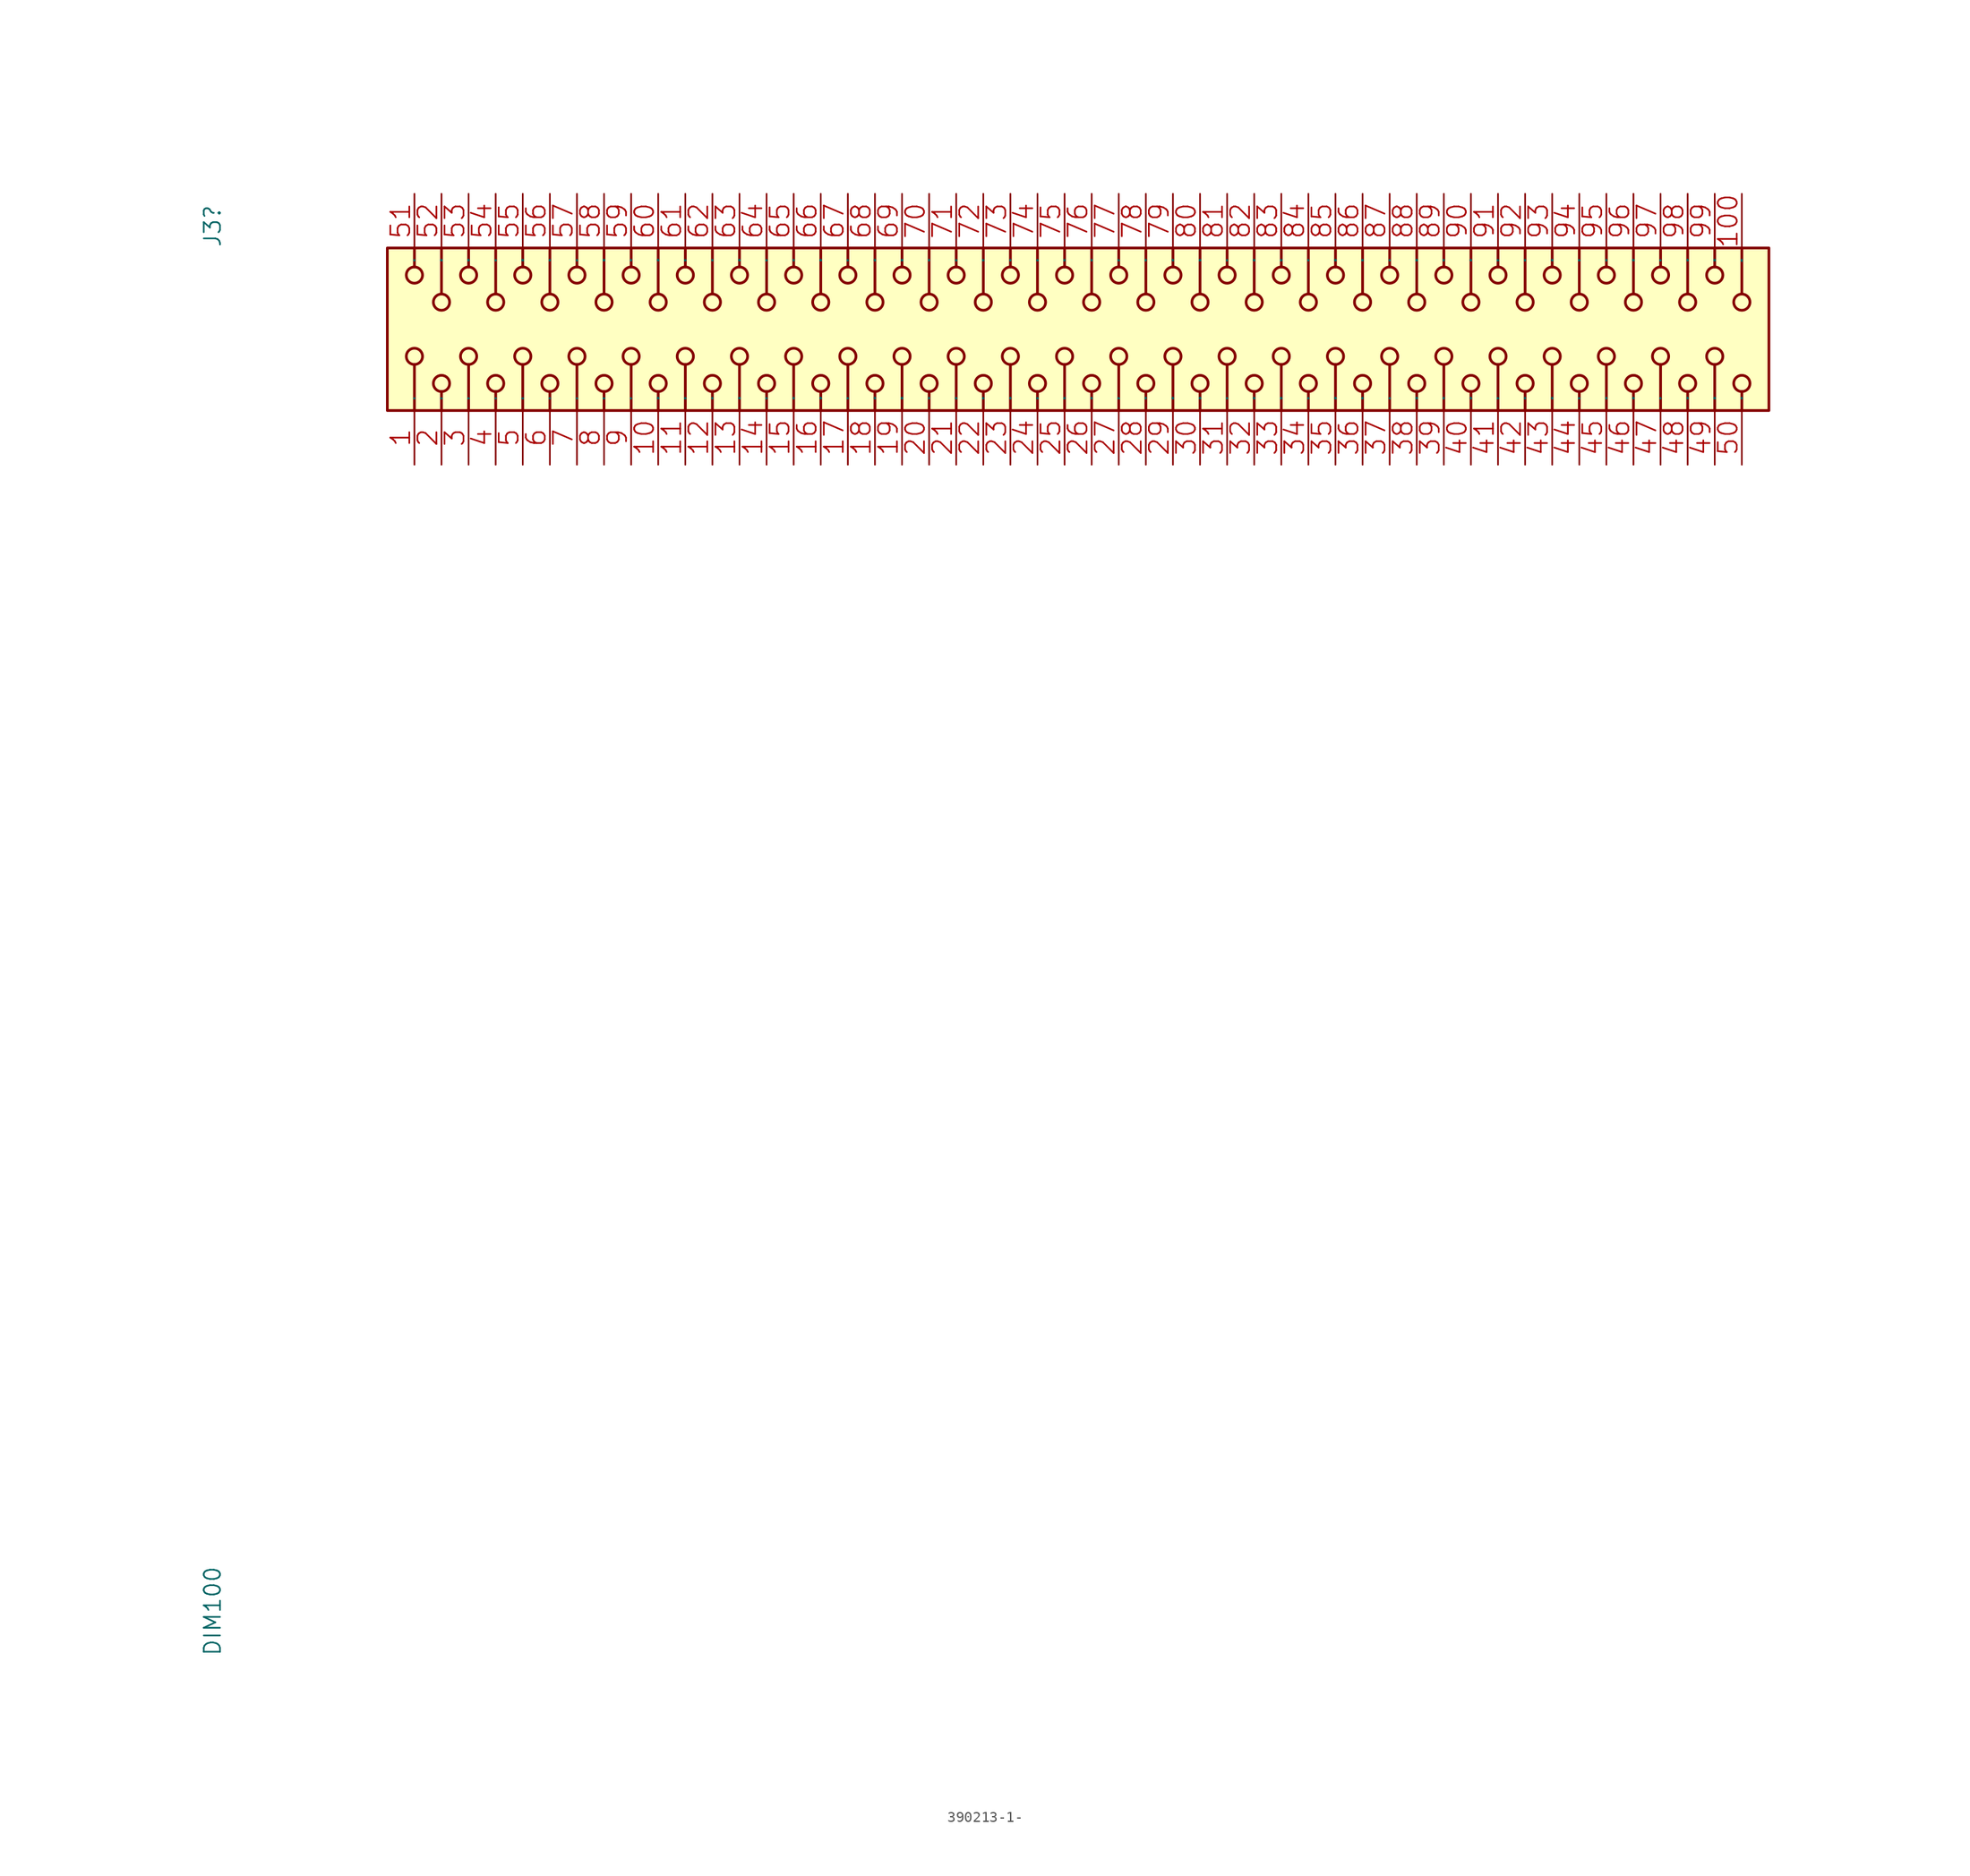
<source format=kicad_sym>
(kicad_symbol_lib
  (version 20211014)
  (generator kicad_symbol_editor)
  (symbol "390213-1-"
    (pin_names
      (offset 1.016))
    (property "Reference" "J3"
      (at -15.494 0 90)
      (effects (font (size 1.524 1.524)) (justify left bottom)))
    (property "Value" "DIM100"
      (at -15.494 -132.08 90)
      (effects (font (size 1.524 1.524)) (justify left bottom)))
    (property "Footprint" ""
      (at -15.494 -132.08 0)
      (effects (font (size 1.524 1.524))))
    (property "Datasheet" ""
      (at -15.494 -132.08 0)
      (effects (font (size 1.524 1.524))))
    (symbol "390213-1-_0_1"
      (polyline (pts (xy 2.54 -15.24) (xy 2.54 -10.922)) (stroke (width 0.254) (type default) (color 0 0 0 0)) (fill (type none)))
      (polyline (pts (xy 2.54 0) (xy 2.54 -1.778)) (stroke (width 0.254) (type default) (color 0 0 0 0)) (fill (type none)))
      (polyline (pts (xy 5.08 -15.24) (xy 5.08 -13.462)) (stroke (width 0.254) (type default) (color 0 0 0 0)) (fill (type none)))
      (polyline (pts (xy 5.08 0) (xy 5.08 -4.318)) (stroke (width 0.254) (type default) (color 0 0 0 0)) (fill (type none)))
      (polyline (pts (xy 7.62 -15.24) (xy 7.62 -10.922)) (stroke (width 0.254) (type default) (color 0 0 0 0)) (fill (type none)))
      (polyline (pts (xy 7.62 0) (xy 7.62 -1.778)) (stroke (width 0.254) (type default) (color 0 0 0 0)) (fill (type none)))
      (polyline (pts (xy 10.16 -15.24) (xy 10.16 -13.462)) (stroke (width 0.254) (type default) (color 0 0 0 0)) (fill (type none)))
      (polyline (pts (xy 10.16 0) (xy 10.16 -4.318)) (stroke (width 0.254) (type default) (color 0 0 0 0)) (fill (type none)))
      (polyline (pts (xy 12.7 -15.24) (xy 12.7 -10.922)) (stroke (width 0.254) (type default) (color 0 0 0 0)) (fill (type none)))
      (polyline (pts (xy 12.7 0) (xy 12.7 -1.778)) (stroke (width 0.254) (type default) (color 0 0 0 0)) (fill (type none)))
      (polyline (pts (xy 15.24 -15.24) (xy 15.24 -13.462)) (stroke (width 0.254) (type default) (color 0 0 0 0)) (fill (type none)))
      (polyline (pts (xy 15.24 0) (xy 15.24 -4.318)) (stroke (width 0.254) (type default) (color 0 0 0 0)) (fill (type none)))
      (polyline (pts (xy 17.78 -15.24) (xy 17.78 -10.922)) (stroke (width 0.254) (type default) (color 0 0 0 0)) (fill (type none)))
      (polyline (pts (xy 17.78 0) (xy 17.78 -1.778)) (stroke (width 0.254) (type default) (color 0 0 0 0)) (fill (type none)))
      (polyline (pts (xy 20.32 -15.24) (xy 20.32 -13.462)) (stroke (width 0.254) (type default) (color 0 0 0 0)) (fill (type none)))
      (polyline (pts (xy 20.32 0) (xy 20.32 -4.318)) (stroke (width 0.254) (type default) (color 0 0 0 0)) (fill (type none)))
      (polyline (pts (xy 22.86 -15.24) (xy 22.86 -10.922)) (stroke (width 0.254) (type default) (color 0 0 0 0)) (fill (type none)))
      (polyline (pts (xy 22.86 0) (xy 22.86 -1.778)) (stroke (width 0.254) (type default) (color 0 0 0 0)) (fill (type none)))
      (polyline (pts (xy 25.4 -15.24) (xy 25.4 -13.462)) (stroke (width 0.254) (type default) (color 0 0 0 0)) (fill (type none)))
      (polyline (pts (xy 25.4 0) (xy 25.4 -4.318)) (stroke (width 0.254) (type default) (color 0 0 0 0)) (fill (type none)))
      (polyline (pts (xy 27.94 -15.24) (xy 27.94 -10.922)) (stroke (width 0.254) (type default) (color 0 0 0 0)) (fill (type none)))
      (polyline (pts (xy 27.94 0) (xy 27.94 -1.778)) (stroke (width 0.254) (type default) (color 0 0 0 0)) (fill (type none)))
      (polyline (pts (xy 30.48 -15.24) (xy 30.48 -13.462)) (stroke (width 0.254) (type default) (color 0 0 0 0)) (fill (type none)))
      (polyline (pts (xy 30.48 0) (xy 30.48 -4.318)) (stroke (width 0.254) (type default) (color 0 0 0 0)) (fill (type none)))
      (polyline (pts (xy 33.02 -15.24) (xy 33.02 -10.922)) (stroke (width 0.254) (type default) (color 0 0 0 0)) (fill (type none)))
      (polyline (pts (xy 33.02 0) (xy 33.02 -1.778)) (stroke (width 0.254) (type default) (color 0 0 0 0)) (fill (type none)))
      (polyline (pts (xy 35.56 -15.24) (xy 35.56 -13.462)) (stroke (width 0.254) (type default) (color 0 0 0 0)) (fill (type none)))
      (polyline (pts (xy 35.56 0) (xy 35.56 -4.318)) (stroke (width 0.254) (type default) (color 0 0 0 0)) (fill (type none)))
      (polyline (pts (xy 38.1 -15.24) (xy 38.1 -10.922)) (stroke (width 0.254) (type default) (color 0 0 0 0)) (fill (type none)))
      (polyline (pts (xy 38.1 0) (xy 38.1 -1.778)) (stroke (width 0.254) (type default) (color 0 0 0 0)) (fill (type none)))
      (polyline (pts (xy 40.64 -15.24) (xy 40.64 -13.462)) (stroke (width 0.254) (type default) (color 0 0 0 0)) (fill (type none)))
      (polyline (pts (xy 40.64 0) (xy 40.64 -4.318)) (stroke (width 0.254) (type default) (color 0 0 0 0)) (fill (type none)))
      (polyline (pts (xy 43.18 -15.24) (xy 43.18 -10.922)) (stroke (width 0.254) (type default) (color 0 0 0 0)) (fill (type none)))
      (polyline (pts (xy 43.18 0) (xy 43.18 -1.778)) (stroke (width 0.254) (type default) (color 0 0 0 0)) (fill (type none)))
      (polyline (pts (xy 45.72 -15.24) (xy 45.72 -13.462)) (stroke (width 0.254) (type default) (color 0 0 0 0)) (fill (type none)))
      (polyline (pts (xy 45.72 0) (xy 45.72 -4.318)) (stroke (width 0.254) (type default) (color 0 0 0 0)) (fill (type none)))
      (polyline (pts (xy 48.26 -15.24) (xy 48.26 -10.922)) (stroke (width 0.254) (type default) (color 0 0 0 0)) (fill (type none)))
      (polyline (pts (xy 48.26 0) (xy 48.26 -1.778)) (stroke (width 0.254) (type default) (color 0 0 0 0)) (fill (type none)))
      (polyline (pts (xy 50.8 -15.24) (xy 50.8 -13.462)) (stroke (width 0.254) (type default) (color 0 0 0 0)) (fill (type none)))
      (polyline (pts (xy 50.8 0) (xy 50.8 -4.318)) (stroke (width 0.254) (type default) (color 0 0 0 0)) (fill (type none)))
      (polyline (pts (xy 53.34 -15.24) (xy 53.34 -10.922)) (stroke (width 0.254) (type default) (color 0 0 0 0)) (fill (type none)))
      (polyline (pts (xy 53.34 0) (xy 53.34 -1.778)) (stroke (width 0.254) (type default) (color 0 0 0 0)) (fill (type none)))
      (polyline (pts (xy 55.88 -15.24) (xy 55.88 -13.462)) (stroke (width 0.254) (type default) (color 0 0 0 0)) (fill (type none)))
      (polyline (pts (xy 55.88 0) (xy 55.88 -4.318)) (stroke (width 0.254) (type default) (color 0 0 0 0)) (fill (type none)))
      (polyline (pts (xy 58.42 -15.24) (xy 58.42 -10.922)) (stroke (width 0.254) (type default) (color 0 0 0 0)) (fill (type none)))
      (polyline (pts (xy 58.42 0) (xy 58.42 -1.778)) (stroke (width 0.254) (type default) (color 0 0 0 0)) (fill (type none)))
      (polyline (pts (xy 60.96 -15.24) (xy 60.96 -13.462)) (stroke (width 0.254) (type default) (color 0 0 0 0)) (fill (type none)))
      (polyline (pts (xy 60.96 0) (xy 60.96 -4.318)) (stroke (width 0.254) (type default) (color 0 0 0 0)) (fill (type none)))
      (polyline (pts (xy 63.5 -15.24) (xy 63.5 -10.922)) (stroke (width 0.254) (type default) (color 0 0 0 0)) (fill (type none)))
      (polyline (pts (xy 63.5 0) (xy 63.5 -1.778)) (stroke (width 0.254) (type default) (color 0 0 0 0)) (fill (type none)))
      (polyline (pts (xy 66.04 -15.24) (xy 66.04 -13.462)) (stroke (width 0.254) (type default) (color 0 0 0 0)) (fill (type none)))
      (polyline (pts (xy 66.04 0) (xy 66.04 -4.318)) (stroke (width 0.254) (type default) (color 0 0 0 0)) (fill (type none)))
      (polyline (pts (xy 68.58 -15.24) (xy 68.58 -10.922)) (stroke (width 0.254) (type default) (color 0 0 0 0)) (fill (type none)))
      (polyline (pts (xy 68.58 0) (xy 68.58 -1.778)) (stroke (width 0.254) (type default) (color 0 0 0 0)) (fill (type none)))
      (polyline (pts (xy 71.12 -15.24) (xy 71.12 -13.462)) (stroke (width 0.254) (type default) (color 0 0 0 0)) (fill (type none)))
      (polyline (pts (xy 71.12 0) (xy 71.12 -4.318)) (stroke (width 0.254) (type default) (color 0 0 0 0)) (fill (type none)))
      (polyline (pts (xy 73.66 -15.24) (xy 73.66 -10.922)) (stroke (width 0.254) (type default) (color 0 0 0 0)) (fill (type none)))
      (polyline (pts (xy 73.66 0) (xy 73.66 -1.778)) (stroke (width 0.254) (type default) (color 0 0 0 0)) (fill (type none)))
      (polyline (pts (xy 76.2 -15.24) (xy 76.2 -13.462)) (stroke (width 0.254) (type default) (color 0 0 0 0)) (fill (type none)))
      (polyline (pts (xy 76.2 0) (xy 76.2 -4.318)) (stroke (width 0.254) (type default) (color 0 0 0 0)) (fill (type none)))
      (polyline (pts (xy 78.74 -15.24) (xy 78.74 -10.922)) (stroke (width 0.254) (type default) (color 0 0 0 0)) (fill (type none)))
      (polyline (pts (xy 78.74 0) (xy 78.74 -1.778)) (stroke (width 0.254) (type default) (color 0 0 0 0)) (fill (type none)))
      (polyline (pts (xy 81.28 -15.24) (xy 81.28 -13.462)) (stroke (width 0.254) (type default) (color 0 0 0 0)) (fill (type none)))
      (polyline (pts (xy 81.28 0) (xy 81.28 -4.318)) (stroke (width 0.254) (type default) (color 0 0 0 0)) (fill (type none)))
      (polyline (pts (xy 83.82 -15.24) (xy 83.82 -10.922)) (stroke (width 0.254) (type default) (color 0 0 0 0)) (fill (type none)))
      (polyline (pts (xy 83.82 0) (xy 83.82 -1.778)) (stroke (width 0.254) (type default) (color 0 0 0 0)) (fill (type none)))
      (polyline (pts (xy 86.36 -15.24) (xy 86.36 -13.462)) (stroke (width 0.254) (type default) (color 0 0 0 0)) (fill (type none)))
      (polyline (pts (xy 86.36 0) (xy 86.36 -4.318)) (stroke (width 0.254) (type default) (color 0 0 0 0)) (fill (type none)))
      (polyline (pts (xy 88.9 -15.24) (xy 88.9 -10.922)) (stroke (width 0.254) (type default) (color 0 0 0 0)) (fill (type none)))
      (polyline (pts (xy 88.9 0) (xy 88.9 -1.778)) (stroke (width 0.254) (type default) (color 0 0 0 0)) (fill (type none)))
      (polyline (pts (xy 91.44 -15.24) (xy 91.44 -13.462)) (stroke (width 0.254) (type default) (color 0 0 0 0)) (fill (type none)))
      (polyline (pts (xy 91.44 0) (xy 91.44 -4.318)) (stroke (width 0.254) (type default) (color 0 0 0 0)) (fill (type none)))
      (polyline (pts (xy 93.98 -15.24) (xy 93.98 -10.922)) (stroke (width 0.254) (type default) (color 0 0 0 0)) (fill (type none)))
      (polyline (pts (xy 93.98 0) (xy 93.98 -1.778)) (stroke (width 0.254) (type default) (color 0 0 0 0)) (fill (type none)))
      (polyline (pts (xy 96.52 -15.24) (xy 96.52 -13.462)) (stroke (width 0.254) (type default) (color 0 0 0 0)) (fill (type none)))
      (polyline (pts (xy 96.52 0) (xy 96.52 -4.318)) (stroke (width 0.254) (type default) (color 0 0 0 0)) (fill (type none)))
      (polyline (pts (xy 99.06 -15.24) (xy 99.06 -10.922)) (stroke (width 0.254) (type default) (color 0 0 0 0)) (fill (type none)))
      (polyline (pts (xy 99.06 0) (xy 99.06 -1.778)) (stroke (width 0.254) (type default) (color 0 0 0 0)) (fill (type none)))
      (polyline (pts (xy 101.6 -15.24) (xy 101.6 -13.462)) (stroke (width 0.254) (type default) (color 0 0 0 0)) (fill (type none)))
      (polyline (pts (xy 101.6 0) (xy 101.6 -4.318)) (stroke (width 0.254) (type default) (color 0 0 0 0)) (fill (type none)))
      (polyline (pts (xy 104.14 -15.24) (xy 104.14 -10.922)) (stroke (width 0.254) (type default) (color 0 0 0 0)) (fill (type none)))
      (polyline (pts (xy 104.14 0) (xy 104.14 -1.778)) (stroke (width 0.254) (type default) (color 0 0 0 0)) (fill (type none)))
      (polyline (pts (xy 106.68 -15.24) (xy 106.68 -13.462)) (stroke (width 0.254) (type default) (color 0 0 0 0)) (fill (type none)))
      (polyline (pts (xy 106.68 0) (xy 106.68 -4.318)) (stroke (width 0.254) (type default) (color 0 0 0 0)) (fill (type none)))
      (polyline (pts (xy 109.22 -15.24) (xy 109.22 -10.922)) (stroke (width 0.254) (type default) (color 0 0 0 0)) (fill (type none)))
      (polyline (pts (xy 109.22 0) (xy 109.22 -1.778)) (stroke (width 0.254) (type default) (color 0 0 0 0)) (fill (type none)))
      (polyline (pts (xy 111.76 -15.24) (xy 111.76 -13.462)) (stroke (width 0.254) (type default) (color 0 0 0 0)) (fill (type none)))
      (polyline (pts (xy 111.76 0) (xy 111.76 -4.318)) (stroke (width 0.254) (type default) (color 0 0 0 0)) (fill (type none)))
      (polyline (pts (xy 114.3 -15.24) (xy 114.3 -10.922)) (stroke (width 0.254) (type default) (color 0 0 0 0)) (fill (type none)))
      (polyline (pts (xy 114.3 0) (xy 114.3 -1.778)) (stroke (width 0.254) (type default) (color 0 0 0 0)) (fill (type none)))
      (polyline (pts (xy 116.84 -15.24) (xy 116.84 -13.462)) (stroke (width 0.254) (type default) (color 0 0 0 0)) (fill (type none)))
      (polyline (pts (xy 116.84 0) (xy 116.84 -4.318)) (stroke (width 0.254) (type default) (color 0 0 0 0)) (fill (type none)))
      (polyline (pts (xy 119.38 -15.24) (xy 119.38 -10.922)) (stroke (width 0.254) (type default) (color 0 0 0 0)) (fill (type none)))
      (polyline (pts (xy 119.38 0) (xy 119.38 -1.778)) (stroke (width 0.254) (type default) (color 0 0 0 0)) (fill (type none)))
      (polyline (pts (xy 121.92 -15.24) (xy 121.92 -13.462)) (stroke (width 0.254) (type default) (color 0 0 0 0)) (fill (type none)))
      (polyline (pts (xy 121.92 0) (xy 121.92 -4.318)) (stroke (width 0.254) (type default) (color 0 0 0 0)) (fill (type none)))
      (polyline (pts (xy 124.46 -15.24) (xy 124.46 -10.922)) (stroke (width 0.254) (type default) (color 0 0 0 0)) (fill (type none)))
      (polyline (pts (xy 124.46 0) (xy 124.46 -1.778)) (stroke (width 0.254) (type default) (color 0 0 0 0)) (fill (type none)))
      (polyline (pts (xy 127 -15.24) (xy 127 -13.462)) (stroke (width 0.254) (type default) (color 0 0 0 0)) (fill (type none)))
      (polyline (pts (xy 127 0) (xy 127 -4.318)) (stroke (width 0.254) (type default) (color 0 0 0 0)) (fill (type none)))
      (circle (center 2.54 -10.16) (radius 0.762) (stroke (width 0.254) (type default) (color 0 0 0 0)) (fill (type none)))
      (circle (center 2.54 -2.54) (radius 0.762) (stroke (width 0.254) (type default) (color 0 0 0 0)) (fill (type none)))
      (circle (center 5.08 -12.7) (radius 0.762) (stroke (width 0.254) (type default) (color 0 0 0 0)) (fill (type none)))
      (circle (center 5.08 -5.08) (radius 0.762) (stroke (width 0.254) (type default) (color 0 0 0 0)) (fill (type none)))
      (circle (center 7.62 -10.16) (radius 0.762) (stroke (width 0.254) (type default) (color 0 0 0 0)) (fill (type none)))
      (circle (center 7.62 -2.54) (radius 0.762) (stroke (width 0.254) (type default) (color 0 0 0 0)) (fill (type none)))
      (circle (center 10.16 -12.7) (radius 0.762) (stroke (width 0.254) (type default) (color 0 0 0 0)) (fill (type none)))
      (circle (center 10.16 -5.08) (radius 0.762) (stroke (width 0.254) (type default) (color 0 0 0 0)) (fill (type none)))
      (circle (center 12.7 -10.16) (radius 0.762) (stroke (width 0.254) (type default) (color 0 0 0 0)) (fill (type none)))
      (circle (center 12.7 -2.54) (radius 0.762) (stroke (width 0.254) (type default) (color 0 0 0 0)) (fill (type none)))
      (circle (center 15.24 -12.7) (radius 0.762) (stroke (width 0.254) (type default) (color 0 0 0 0)) (fill (type none)))
      (circle (center 15.24 -5.08) (radius 0.762) (stroke (width 0.254) (type default) (color 0 0 0 0)) (fill (type none)))
      (circle (center 17.78 -10.16) (radius 0.762) (stroke (width 0.254) (type default) (color 0 0 0 0)) (fill (type none)))
      (circle (center 17.78 -2.54) (radius 0.762) (stroke (width 0.254) (type default) (color 0 0 0 0)) (fill (type none)))
      (circle (center 20.32 -12.7) (radius 0.762) (stroke (width 0.254) (type default) (color 0 0 0 0)) (fill (type none)))
      (circle (center 20.32 -5.08) (radius 0.762) (stroke (width 0.254) (type default) (color 0 0 0 0)) (fill (type none)))
      (circle (center 22.86 -10.16) (radius 0.762) (stroke (width 0.254) (type default) (color 0 0 0 0)) (fill (type none)))
      (circle (center 22.86 -2.54) (radius 0.762) (stroke (width 0.254) (type default) (color 0 0 0 0)) (fill (type none)))
      (circle (center 25.4 -12.7) (radius 0.762) (stroke (width 0.254) (type default) (color 0 0 0 0)) (fill (type none)))
      (circle (center 25.4 -5.08) (radius 0.762) (stroke (width 0.254) (type default) (color 0 0 0 0)) (fill (type none)))
      (circle (center 27.94 -10.16) (radius 0.762) (stroke (width 0.254) (type default) (color 0 0 0 0)) (fill (type none)))
      (circle (center 27.94 -2.54) (radius 0.762) (stroke (width 0.254) (type default) (color 0 0 0 0)) (fill (type none)))
      (circle (center 30.48 -12.7) (radius 0.762) (stroke (width 0.254) (type default) (color 0 0 0 0)) (fill (type none)))
      (circle (center 30.48 -5.08) (radius 0.762) (stroke (width 0.254) (type default) (color 0 0 0 0)) (fill (type none)))
      (circle (center 33.02 -10.16) (radius 0.762) (stroke (width 0.254) (type default) (color 0 0 0 0)) (fill (type none)))
      (circle (center 33.02 -2.54) (radius 0.762) (stroke (width 0.254) (type default) (color 0 0 0 0)) (fill (type none)))
      (circle (center 35.56 -12.7) (radius 0.762) (stroke (width 0.254) (type default) (color 0 0 0 0)) (fill (type none)))
      (circle (center 35.56 -5.08) (radius 0.762) (stroke (width 0.254) (type default) (color 0 0 0 0)) (fill (type none)))
      (circle (center 38.1 -10.16) (radius 0.762) (stroke (width 0.254) (type default) (color 0 0 0 0)) (fill (type none)))
      (circle (center 38.1 -2.54) (radius 0.762) (stroke (width 0.254) (type default) (color 0 0 0 0)) (fill (type none)))
      (circle (center 40.64 -12.7) (radius 0.762) (stroke (width 0.254) (type default) (color 0 0 0 0)) (fill (type none)))
      (circle (center 40.64 -5.08) (radius 0.762) (stroke (width 0.254) (type default) (color 0 0 0 0)) (fill (type none)))
      (circle (center 43.18 -10.16) (radius 0.762) (stroke (width 0.254) (type default) (color 0 0 0 0)) (fill (type none)))
      (circle (center 43.18 -2.54) (radius 0.762) (stroke (width 0.254) (type default) (color 0 0 0 0)) (fill (type none)))
      (circle (center 45.72 -12.7) (radius 0.762) (stroke (width 0.254) (type default) (color 0 0 0 0)) (fill (type none)))
      (circle (center 45.72 -5.08) (radius 0.762) (stroke (width 0.254) (type default) (color 0 0 0 0)) (fill (type none)))
      (circle (center 48.26 -10.16) (radius 0.762) (stroke (width 0.254) (type default) (color 0 0 0 0)) (fill (type none)))
      (circle (center 48.26 -2.54) (radius 0.762) (stroke (width 0.254) (type default) (color 0 0 0 0)) (fill (type none)))
      (circle (center 50.8 -12.7) (radius 0.762) (stroke (width 0.254) (type default) (color 0 0 0 0)) (fill (type none)))
      (circle (center 50.8 -5.08) (radius 0.762) (stroke (width 0.254) (type default) (color 0 0 0 0)) (fill (type none)))
      (circle (center 53.34 -10.16) (radius 0.762) (stroke (width 0.254) (type default) (color 0 0 0 0)) (fill (type none)))
      (circle (center 53.34 -2.54) (radius 0.762) (stroke (width 0.254) (type default) (color 0 0 0 0)) (fill (type none)))
      (circle (center 55.88 -12.7) (radius 0.762) (stroke (width 0.254) (type default) (color 0 0 0 0)) (fill (type none)))
      (circle (center 55.88 -5.08) (radius 0.762) (stroke (width 0.254) (type default) (color 0 0 0 0)) (fill (type none)))
      (circle (center 58.42 -10.16) (radius 0.762) (stroke (width 0.254) (type default) (color 0 0 0 0)) (fill (type none)))
      (circle (center 58.42 -2.54) (radius 0.762) (stroke (width 0.254) (type default) (color 0 0 0 0)) (fill (type none)))
      (circle (center 60.96 -12.7) (radius 0.762) (stroke (width 0.254) (type default) (color 0 0 0 0)) (fill (type none)))
      (circle (center 60.96 -5.08) (radius 0.762) (stroke (width 0.254) (type default) (color 0 0 0 0)) (fill (type none)))
      (circle (center 63.5 -10.16) (radius 0.762) (stroke (width 0.254) (type default) (color 0 0 0 0)) (fill (type none)))
      (circle (center 63.5 -2.54) (radius 0.762) (stroke (width 0.254) (type default) (color 0 0 0 0)) (fill (type none)))
      (circle (center 66.04 -12.7) (radius 0.762) (stroke (width 0.254) (type default) (color 0 0 0 0)) (fill (type none)))
      (circle (center 66.04 -5.08) (radius 0.762) (stroke (width 0.254) (type default) (color 0 0 0 0)) (fill (type none)))
      (circle (center 68.58 -10.16) (radius 0.762) (stroke (width 0.254) (type default) (color 0 0 0 0)) (fill (type none)))
      (circle (center 68.58 -2.54) (radius 0.762) (stroke (width 0.254) (type default) (color 0 0 0 0)) (fill (type none)))
      (circle (center 71.12 -12.7) (radius 0.762) (stroke (width 0.254) (type default) (color 0 0 0 0)) (fill (type none)))
      (circle (center 71.12 -5.08) (radius 0.762) (stroke (width 0.254) (type default) (color 0 0 0 0)) (fill (type none)))
      (circle (center 73.66 -10.16) (radius 0.762) (stroke (width 0.254) (type default) (color 0 0 0 0)) (fill (type none)))
      (circle (center 73.66 -2.54) (radius 0.762) (stroke (width 0.254) (type default) (color 0 0 0 0)) (fill (type none)))
      (circle (center 76.2 -12.7) (radius 0.762) (stroke (width 0.254) (type default) (color 0 0 0 0)) (fill (type none)))
      (circle (center 76.2 -5.08) (radius 0.762) (stroke (width 0.254) (type default) (color 0 0 0 0)) (fill (type none)))
      (circle (center 78.74 -10.16) (radius 0.762) (stroke (width 0.254) (type default) (color 0 0 0 0)) (fill (type none)))
      (circle (center 78.74 -2.54) (radius 0.762) (stroke (width 0.254) (type default) (color 0 0 0 0)) (fill (type none)))
      (circle (center 81.28 -12.7) (radius 0.762) (stroke (width 0.254) (type default) (color 0 0 0 0)) (fill (type none)))
      (circle (center 81.28 -5.08) (radius 0.762) (stroke (width 0.254) (type default) (color 0 0 0 0)) (fill (type none)))
      (circle (center 83.82 -10.16) (radius 0.762) (stroke (width 0.254) (type default) (color 0 0 0 0)) (fill (type none)))
      (circle (center 83.82 -2.54) (radius 0.762) (stroke (width 0.254) (type default) (color 0 0 0 0)) (fill (type none)))
      (circle (center 86.36 -12.7) (radius 0.762) (stroke (width 0.254) (type default) (color 0 0 0 0)) (fill (type none)))
      (circle (center 86.36 -5.08) (radius 0.762) (stroke (width 0.254) (type default) (color 0 0 0 0)) (fill (type none)))
      (circle (center 88.9 -10.16) (radius 0.762) (stroke (width 0.254) (type default) (color 0 0 0 0)) (fill (type none)))
      (circle (center 88.9 -2.54) (radius 0.762) (stroke (width 0.254) (type default) (color 0 0 0 0)) (fill (type none)))
      (circle (center 91.44 -12.7) (radius 0.762) (stroke (width 0.254) (type default) (color 0 0 0 0)) (fill (type none)))
      (circle (center 91.44 -5.08) (radius 0.762) (stroke (width 0.254) (type default) (color 0 0 0 0)) (fill (type none)))
      (circle (center 93.98 -10.16) (radius 0.762) (stroke (width 0.254) (type default) (color 0 0 0 0)) (fill (type none)))
      (circle (center 93.98 -2.54) (radius 0.762) (stroke (width 0.254) (type default) (color 0 0 0 0)) (fill (type none)))
      (circle (center 96.52 -12.7) (radius 0.762) (stroke (width 0.254) (type default) (color 0 0 0 0)) (fill (type none)))
      (circle (center 96.52 -5.08) (radius 0.762) (stroke (width 0.254) (type default) (color 0 0 0 0)) (fill (type none)))
      (circle (center 99.06 -10.16) (radius 0.762) (stroke (width 0.254) (type default) (color 0 0 0 0)) (fill (type none)))
      (circle (center 99.06 -2.54) (radius 0.762) (stroke (width 0.254) (type default) (color 0 0 0 0)) (fill (type none)))
      (circle (center 101.6 -12.7) (radius 0.762) (stroke (width 0.254) (type default) (color 0 0 0 0)) (fill (type none)))
      (circle (center 101.6 -5.08) (radius 0.762) (stroke (width 0.254) (type default) (color 0 0 0 0)) (fill (type none)))
      (circle (center 104.14 -10.16) (radius 0.762) (stroke (width 0.254) (type default) (color 0 0 0 0)) (fill (type none)))
      (circle (center 104.14 -2.54) (radius 0.762) (stroke (width 0.254) (type default) (color 0 0 0 0)) (fill (type none)))
      (circle (center 106.68 -12.7) (radius 0.762) (stroke (width 0.254) (type default) (color 0 0 0 0)) (fill (type none)))
      (circle (center 106.68 -5.08) (radius 0.762) (stroke (width 0.254) (type default) (color 0 0 0 0)) (fill (type none)))
      (circle (center 109.22 -10.16) (radius 0.762) (stroke (width 0.254) (type default) (color 0 0 0 0)) (fill (type none)))
      (circle (center 109.22 -2.54) (radius 0.762) (stroke (width 0.254) (type default) (color 0 0 0 0)) (fill (type none)))
      (circle (center 111.76 -12.7) (radius 0.762) (stroke (width 0.254) (type default) (color 0 0 0 0)) (fill (type none)))
      (circle (center 111.76 -5.08) (radius 0.762) (stroke (width 0.254) (type default) (color 0 0 0 0)) (fill (type none)))
      (circle (center 114.3 -10.16) (radius 0.762) (stroke (width 0.254) (type default) (color 0 0 0 0)) (fill (type none)))
      (circle (center 114.3 -2.54) (radius 0.762) (stroke (width 0.254) (type default) (color 0 0 0 0)) (fill (type none)))
      (circle (center 116.84 -12.7) (radius 0.762) (stroke (width 0.254) (type default) (color 0 0 0 0)) (fill (type none)))
      (circle (center 116.84 -5.08) (radius 0.762) (stroke (width 0.254) (type default) (color 0 0 0 0)) (fill (type none)))
      (circle (center 119.38 -10.16) (radius 0.762) (stroke (width 0.254) (type default) (color 0 0 0 0)) (fill (type none)))
      (circle (center 119.38 -2.54) (radius 0.762) (stroke (width 0.254) (type default) (color 0 0 0 0)) (fill (type none)))
      (circle (center 121.92 -12.7) (radius 0.762) (stroke (width 0.254) (type default) (color 0 0 0 0)) (fill (type none)))
      (circle (center 121.92 -5.08) (radius 0.762) (stroke (width 0.254) (type default) (color 0 0 0 0)) (fill (type none)))
      (circle (center 124.46 -10.16) (radius 0.762) (stroke (width 0.254) (type default) (color 0 0 0 0)) (fill (type none)))
      (circle (center 124.46 -2.54) (radius 0.762) (stroke (width 0.254) (type default) (color 0 0 0 0)) (fill (type none)))
      (circle (center 127 -12.7) (radius 0.762) (stroke (width 0.254) (type default) (color 0 0 0 0)) (fill (type none)))
      (circle (center 127 -5.08) (radius 0.762) (stroke (width 0.254) (type default) (color 0 0 0 0)) (fill (type none)))
      (rectangle (start 129.54 -15.24) (end 0 0) (stroke (width 0.254) (type default) (color 0 0 0 0)) (fill (type background)))
      (pin passive line (at 2.54 -20.32 90) (length 5.08) (name "p1" (effects (font (size 0.025 0.025)))) (number "1" (effects (font (size 1.778 1.778)))))
      (pin passive line (at 25.4 -20.32 90) (length 5.08) (name "p10" (effects (font (size 0.025 0.025)))) (number "10" (effects (font (size 1.778 1.778)))))
      (pin passive line (at 127 5.08 270) (length 5.08) (name "p100" (effects (font (size 0.025 0.025)))) (number "100" (effects (font (size 1.778 1.778)))))
      (pin passive line (at 27.94 -20.32 90) (length 5.08) (name "p11" (effects (font (size 0.025 0.025)))) (number "11" (effects (font (size 1.778 1.778)))))
      (pin passive line (at 30.48 -20.32 90) (length 5.08) (name "p12" (effects (font (size 0.025 0.025)))) (number "12" (effects (font (size 1.778 1.778)))))
      (pin passive line (at 33.02 -20.32 90) (length 5.08) (name "p13" (effects (font (size 0.025 0.025)))) (number "13" (effects (font (size 1.778 1.778)))))
      (pin passive line (at 35.56 -20.32 90) (length 5.08) (name "p14" (effects (font (size 0.025 0.025)))) (number "14" (effects (font (size 1.778 1.778)))))
      (pin passive line (at 38.1 -20.32 90) (length 5.08) (name "p15" (effects (font (size 0.025 0.025)))) (number "15" (effects (font (size 1.778 1.778)))))
      (pin passive line (at 40.64 -20.32 90) (length 5.08) (name "p16" (effects (font (size 0.025 0.025)))) (number "16" (effects (font (size 1.778 1.778)))))
      (pin passive line (at 43.18 -20.32 90) (length 5.08) (name "p17" (effects (font (size 0.025 0.025)))) (number "17" (effects (font (size 1.778 1.778)))))
      (pin passive line (at 45.72 -20.32 90) (length 5.08) (name "p18" (effects (font (size 0.025 0.025)))) (number "18" (effects (font (size 1.778 1.778)))))
      (pin passive line (at 48.26 -20.32 90) (length 5.08) (name "p19" (effects (font (size 0.025 0.025)))) (number "19" (effects (font (size 1.778 1.778)))))
      (pin passive line (at 5.08 -20.32 90) (length 5.08) (name "p2" (effects (font (size 0.025 0.025)))) (number "2" (effects (font (size 1.778 1.778)))))
      (pin passive line (at 50.8 -20.32 90) (length 5.08) (name "p20" (effects (font (size 0.025 0.025)))) (number "20" (effects (font (size 1.778 1.778)))))
      (pin passive line (at 53.34 -20.32 90) (length 5.08) (name "p21" (effects (font (size 0.025 0.025)))) (number "21" (effects (font (size 1.778 1.778)))))
      (pin passive line (at 55.88 -20.32 90) (length 5.08) (name "p22" (effects (font (size 0.025 0.025)))) (number "22" (effects (font (size 1.778 1.778)))))
      (pin passive line (at 58.42 -20.32 90) (length 5.08) (name "p23" (effects (font (size 0.025 0.025)))) (number "23" (effects (font (size 1.778 1.778)))))
      (pin passive line (at 60.96 -20.32 90) (length 5.08) (name "p24" (effects (font (size 0.025 0.025)))) (number "24" (effects (font (size 1.778 1.778)))))
      (pin passive line (at 63.5 -20.32 90) (length 5.08) (name "p25" (effects (font (size 0.025 0.025)))) (number "25" (effects (font (size 1.778 1.778)))))
      (pin passive line (at 66.04 -20.32 90) (length 5.08) (name "p26" (effects (font (size 0.025 0.025)))) (number "26" (effects (font (size 1.778 1.778)))))
      (pin passive line (at 68.58 -20.32 90) (length 5.08) (name "p27" (effects (font (size 0.025 0.025)))) (number "27" (effects (font (size 1.778 1.778)))))
      (pin passive line (at 71.12 -20.32 90) (length 5.08) (name "p28" (effects (font (size 0.025 0.025)))) (number "28" (effects (font (size 1.778 1.778)))))
      (pin passive line (at 73.66 -20.32 90) (length 5.08) (name "p29" (effects (font (size 0.025 0.025)))) (number "29" (effects (font (size 1.778 1.778)))))
      (pin passive line (at 7.62 -20.32 90) (length 5.08) (name "p3" (effects (font (size 0.025 0.025)))) (number "3" (effects (font (size 1.778 1.778)))))
      (pin passive line (at 76.2 -20.32 90) (length 5.08) (name "p30" (effects (font (size 0.025 0.025)))) (number "30" (effects (font (size 1.778 1.778)))))
      (pin passive line (at 78.74 -20.32 90) (length 5.08) (name "p31" (effects (font (size 0.025 0.025)))) (number "31" (effects (font (size 1.778 1.778)))))
      (pin passive line (at 81.28 -20.32 90) (length 5.08) (name "p32" (effects (font (size 0.025 0.025)))) (number "32" (effects (font (size 1.778 1.778)))))
      (pin passive line (at 83.82 -20.32 90) (length 5.08) (name "p33" (effects (font (size 0.025 0.025)))) (number "33" (effects (font (size 1.778 1.778)))))
      (pin passive line (at 86.36 -20.32 90) (length 5.08) (name "p34" (effects (font (size 0.025 0.025)))) (number "34" (effects (font (size 1.778 1.778)))))
      (pin passive line (at 88.9 -20.32 90) (length 5.08) (name "p35" (effects (font (size 0.025 0.025)))) (number "35" (effects (font (size 1.778 1.778)))))
      (pin passive line (at 91.44 -20.32 90) (length 5.08) (name "p36" (effects (font (size 0.025 0.025)))) (number "36" (effects (font (size 1.778 1.778)))))
      (pin passive line (at 93.98 -20.32 90) (length 5.08) (name "p37" (effects (font (size 0.025 0.025)))) (number "37" (effects (font (size 1.778 1.778)))))
      (pin passive line (at 96.52 -20.32 90) (length 5.08) (name "p38" (effects (font (size 0.025 0.025)))) (number "38" (effects (font (size 1.778 1.778)))))
      (pin passive line (at 99.06 -20.32 90) (length 5.08) (name "p39" (effects (font (size 0.025 0.025)))) (number "39" (effects (font (size 1.778 1.778)))))
      (pin passive line (at 10.16 -20.32 90) (length 5.08) (name "p4" (effects (font (size 0.025 0.025)))) (number "4" (effects (font (size 1.778 1.778)))))
      (pin passive line (at 101.6 -20.32 90) (length 5.08) (name "p40" (effects (font (size 0.025 0.025)))) (number "40" (effects (font (size 1.778 1.778)))))
      (pin passive line (at 104.14 -20.32 90) (length 5.08) (name "p41" (effects (font (size 0.025 0.025)))) (number "41" (effects (font (size 1.778 1.778)))))
      (pin passive line (at 106.68 -20.32 90) (length 5.08) (name "p42" (effects (font (size 0.025 0.025)))) (number "42" (effects (font (size 1.778 1.778)))))
      (pin passive line (at 109.22 -20.32 90) (length 5.08) (name "p43" (effects (font (size 0.025 0.025)))) (number "43" (effects (font (size 1.778 1.778)))))
      (pin passive line (at 111.76 -20.32 90) (length 5.08) (name "p44" (effects (font (size 0.025 0.025)))) (number "44" (effects (font (size 1.778 1.778)))))
      (pin passive line (at 114.3 -20.32 90) (length 5.08) (name "p45" (effects (font (size 0.025 0.025)))) (number "45" (effects (font (size 1.778 1.778)))))
      (pin passive line (at 116.84 -20.32 90) (length 5.08) (name "p46" (effects (font (size 0.025 0.025)))) (number "46" (effects (font (size 1.778 1.778)))))
      (pin passive line (at 119.38 -20.32 90) (length 5.08) (name "p47" (effects (font (size 0.025 0.025)))) (number "47" (effects (font (size 1.778 1.778)))))
      (pin passive line (at 121.92 -20.32 90) (length 5.08) (name "p48" (effects (font (size 0.025 0.025)))) (number "48" (effects (font (size 1.778 1.778)))))
      (pin passive line (at 124.46 -20.32 90) (length 5.08) (name "p49" (effects (font (size 0.025 0.025)))) (number "49" (effects (font (size 1.778 1.778)))))
      (pin passive line (at 12.7 -20.32 90) (length 5.08) (name "p5" (effects (font (size 0.025 0.025)))) (number "5" (effects (font (size 1.778 1.778)))))
      (pin passive line (at 127 -20.32 90) (length 5.08) (name "p50" (effects (font (size 0.025 0.025)))) (number "50" (effects (font (size 1.778 1.778)))))
      (pin passive line (at 2.54 5.08 270) (length 5.08) (name "p51" (effects (font (size 0.025 0.025)))) (number "51" (effects (font (size 1.778 1.778)))))
      (pin passive line (at 5.08 5.08 270) (length 5.08) (name "p52" (effects (font (size 0.025 0.025)))) (number "52" (effects (font (size 1.778 1.778)))))
      (pin passive line (at 7.62 5.08 270) (length 5.08) (name "p53" (effects (font (size 0.025 0.025)))) (number "53" (effects (font (size 1.778 1.778)))))
      (pin passive line (at 10.16 5.08 270) (length 5.08) (name "p54" (effects (font (size 0.025 0.025)))) (number "54" (effects (font (size 1.778 1.778)))))
      (pin passive line (at 12.7 5.08 270) (length 5.08) (name "p55" (effects (font (size 0.025 0.025)))) (number "55" (effects (font (size 1.778 1.778)))))
      (pin passive line (at 15.24 5.08 270) (length 5.08) (name "p56" (effects (font (size 0.025 0.025)))) (number "56" (effects (font (size 1.778 1.778)))))
      (pin passive line (at 17.78 5.08 270) (length 5.08) (name "p57" (effects (font (size 0.025 0.025)))) (number "57" (effects (font (size 1.778 1.778)))))
      (pin passive line (at 20.32 5.08 270) (length 5.08) (name "p58" (effects (font (size 0.025 0.025)))) (number "58" (effects (font (size 1.778 1.778)))))
      (pin passive line (at 22.86 5.08 270) (length 5.08) (name "p59" (effects (font (size 0.025 0.025)))) (number "59" (effects (font (size 1.778 1.778)))))
      (pin passive line (at 15.24 -20.32 90) (length 5.08) (name "p6" (effects (font (size 0.025 0.025)))) (number "6" (effects (font (size 1.778 1.778)))))
      (pin passive line (at 25.4 5.08 270) (length 5.08) (name "p60" (effects (font (size 0.025 0.025)))) (number "60" (effects (font (size 1.778 1.778)))))
      (pin passive line (at 27.94 5.08 270) (length 5.08) (name "p61" (effects (font (size 0.025 0.025)))) (number "61" (effects (font (size 1.778 1.778)))))
      (pin passive line (at 30.48 5.08 270) (length 5.08) (name "p62" (effects (font (size 0.025 0.025)))) (number "62" (effects (font (size 1.778 1.778)))))
      (pin passive line (at 33.02 5.08 270) (length 5.08) (name "p63" (effects (font (size 0.025 0.025)))) (number "63" (effects (font (size 1.778 1.778)))))
      (pin passive line (at 35.56 5.08 270) (length 5.08) (name "p64" (effects (font (size 0.025 0.025)))) (number "64" (effects (font (size 1.778 1.778)))))
      (pin passive line (at 38.1 5.08 270) (length 5.08) (name "p65" (effects (font (size 0.025 0.025)))) (number "65" (effects (font (size 1.778 1.778)))))
      (pin passive line (at 40.64 5.08 270) (length 5.08) (name "p66" (effects (font (size 0.025 0.025)))) (number "66" (effects (font (size 1.778 1.778)))))
      (pin passive line (at 43.18 5.08 270) (length 5.08) (name "p67" (effects (font (size 0.025 0.025)))) (number "67" (effects (font (size 1.778 1.778)))))
      (pin passive line (at 45.72 5.08 270) (length 5.08) (name "p68" (effects (font (size 0.025 0.025)))) (number "68" (effects (font (size 1.778 1.778)))))
      (pin passive line (at 48.26 5.08 270) (length 5.08) (name "p69" (effects (font (size 0.025 0.025)))) (number "69" (effects (font (size 1.778 1.778)))))
      (pin passive line (at 17.78 -20.32 90) (length 5.08) (name "p7" (effects (font (size 0.025 0.025)))) (number "7" (effects (font (size 1.778 1.778)))))
      (pin passive line (at 50.8 5.08 270) (length 5.08) (name "p70" (effects (font (size 0.025 0.025)))) (number "70" (effects (font (size 1.778 1.778)))))
      (pin passive line (at 53.34 5.08 270) (length 5.08) (name "p71" (effects (font (size 0.025 0.025)))) (number "71" (effects (font (size 1.778 1.778)))))
      (pin passive line (at 55.88 5.08 270) (length 5.08) (name "p72" (effects (font (size 0.025 0.025)))) (number "72" (effects (font (size 1.778 1.778)))))
      (pin passive line (at 58.42 5.08 270) (length 5.08) (name "p73" (effects (font (size 0.025 0.025)))) (number "73" (effects (font (size 1.778 1.778)))))
      (pin passive line (at 60.96 5.08 270) (length 5.08) (name "p74" (effects (font (size 0.025 0.025)))) (number "74" (effects (font (size 1.778 1.778)))))
      (pin passive line (at 63.5 5.08 270) (length 5.08) (name "p75" (effects (font (size 0.025 0.025)))) (number "75" (effects (font (size 1.778 1.778)))))
      (pin passive line (at 66.04 5.08 270) (length 5.08) (name "p76" (effects (font (size 0.025 0.025)))) (number "76" (effects (font (size 1.778 1.778)))))
      (pin passive line (at 68.58 5.08 270) (length 5.08) (name "p77" (effects (font (size 0.025 0.025)))) (number "77" (effects (font (size 1.778 1.778)))))
      (pin passive line (at 71.12 5.08 270) (length 5.08) (name "p78" (effects (font (size 0.025 0.025)))) (number "78" (effects (font (size 1.778 1.778)))))
      (pin passive line (at 73.66 5.08 270) (length 5.08) (name "p79" (effects (font (size 0.025 0.025)))) (number "79" (effects (font (size 1.778 1.778)))))
      (pin passive line (at 20.32 -20.32 90) (length 5.08) (name "p8" (effects (font (size 0.025 0.025)))) (number "8" (effects (font (size 1.778 1.778)))))
      (pin passive line (at 76.2 5.08 270) (length 5.08) (name "p80" (effects (font (size 0.025 0.025)))) (number "80" (effects (font (size 1.778 1.778)))))
      (pin passive line (at 78.74 5.08 270) (length 5.08) (name "p81" (effects (font (size 0.025 0.025)))) (number "81" (effects (font (size 1.778 1.778)))))
      (pin passive line (at 81.28 5.08 270) (length 5.08) (name "p82" (effects (font (size 0.025 0.025)))) (number "82" (effects (font (size 1.778 1.778)))))
      (pin passive line (at 83.82 5.08 270) (length 5.08) (name "p83" (effects (font (size 0.025 0.025)))) (number "83" (effects (font (size 1.778 1.778)))))
      (pin passive line (at 86.36 5.08 270) (length 5.08) (name "p84" (effects (font (size 0.025 0.025)))) (number "84" (effects (font (size 1.778 1.778)))))
      (pin passive line (at 88.9 5.08 270) (length 5.08) (name "p85" (effects (font (size 0.025 0.025)))) (number "85" (effects (font (size 1.778 1.778)))))
      (pin passive line (at 91.44 5.08 270) (length 5.08) (name "p86" (effects (font (size 0.025 0.025)))) (number "86" (effects (font (size 1.778 1.778)))))
      (pin passive line (at 93.98 5.08 270) (length 5.08) (name "p87" (effects (font (size 0.025 0.025)))) (number "87" (effects (font (size 1.778 1.778)))))
      (pin passive line (at 96.52 5.08 270) (length 5.08) (name "p88" (effects (font (size 0.025 0.025)))) (number "88" (effects (font (size 1.778 1.778)))))
      (pin passive line (at 99.06 5.08 270) (length 5.08) (name "p89" (effects (font (size 0.025 0.025)))) (number "89" (effects (font (size 1.778 1.778)))))
      (pin passive line (at 22.86 -20.32 90) (length 5.08) (name "p9" (effects (font (size 0.025 0.025)))) (number "9" (effects (font (size 1.778 1.778)))))
      (pin passive line (at 101.6 5.08 270) (length 5.08) (name "p90" (effects (font (size 0.025 0.025)))) (number "90" (effects (font (size 1.778 1.778)))))
      (pin passive line (at 104.14 5.08 270) (length 5.08) (name "p91" (effects (font (size 0.025 0.025)))) (number "91" (effects (font (size 1.778 1.778)))))
      (pin passive line (at 106.68 5.08 270) (length 5.08) (name "p92" (effects (font (size 0.025 0.025)))) (number "92" (effects (font (size 1.778 1.778)))))
      (pin passive line (at 109.22 5.08 270) (length 5.08) (name "p93" (effects (font (size 0.025 0.025)))) (number "93" (effects (font (size 1.778 1.778)))))
      (pin passive line (at 111.76 5.08 270) (length 5.08) (name "p94" (effects (font (size 0.025 0.025)))) (number "94" (effects (font (size 1.778 1.778)))))
      (pin passive line (at 114.3 5.08 270) (length 5.08) (name "p95" (effects (font (size 0.025 0.025)))) (number "95" (effects (font (size 1.778 1.778)))))
      (pin passive line (at 116.84 5.08 270) (length 5.08) (name "p96" (effects (font (size 0.025 0.025)))) (number "96" (effects (font (size 1.778 1.778)))))
      (pin passive line (at 119.38 5.08 270) (length 5.08) (name "p97" (effects (font (size 0.025 0.025)))) (number "97" (effects (font (size 1.778 1.778)))))
      (pin passive line (at 121.92 5.08 270) (length 5.08) (name "p98" (effects (font (size 0.025 0.025)))) (number "98" (effects (font (size 1.778 1.778)))))
      (pin passive line (at 124.46 5.08 270) (length 5.08) (name "p99" (effects (font (size 0.025 0.025)))) (number "99" (effects (font (size 1.778 1.778))))))))
</source>
